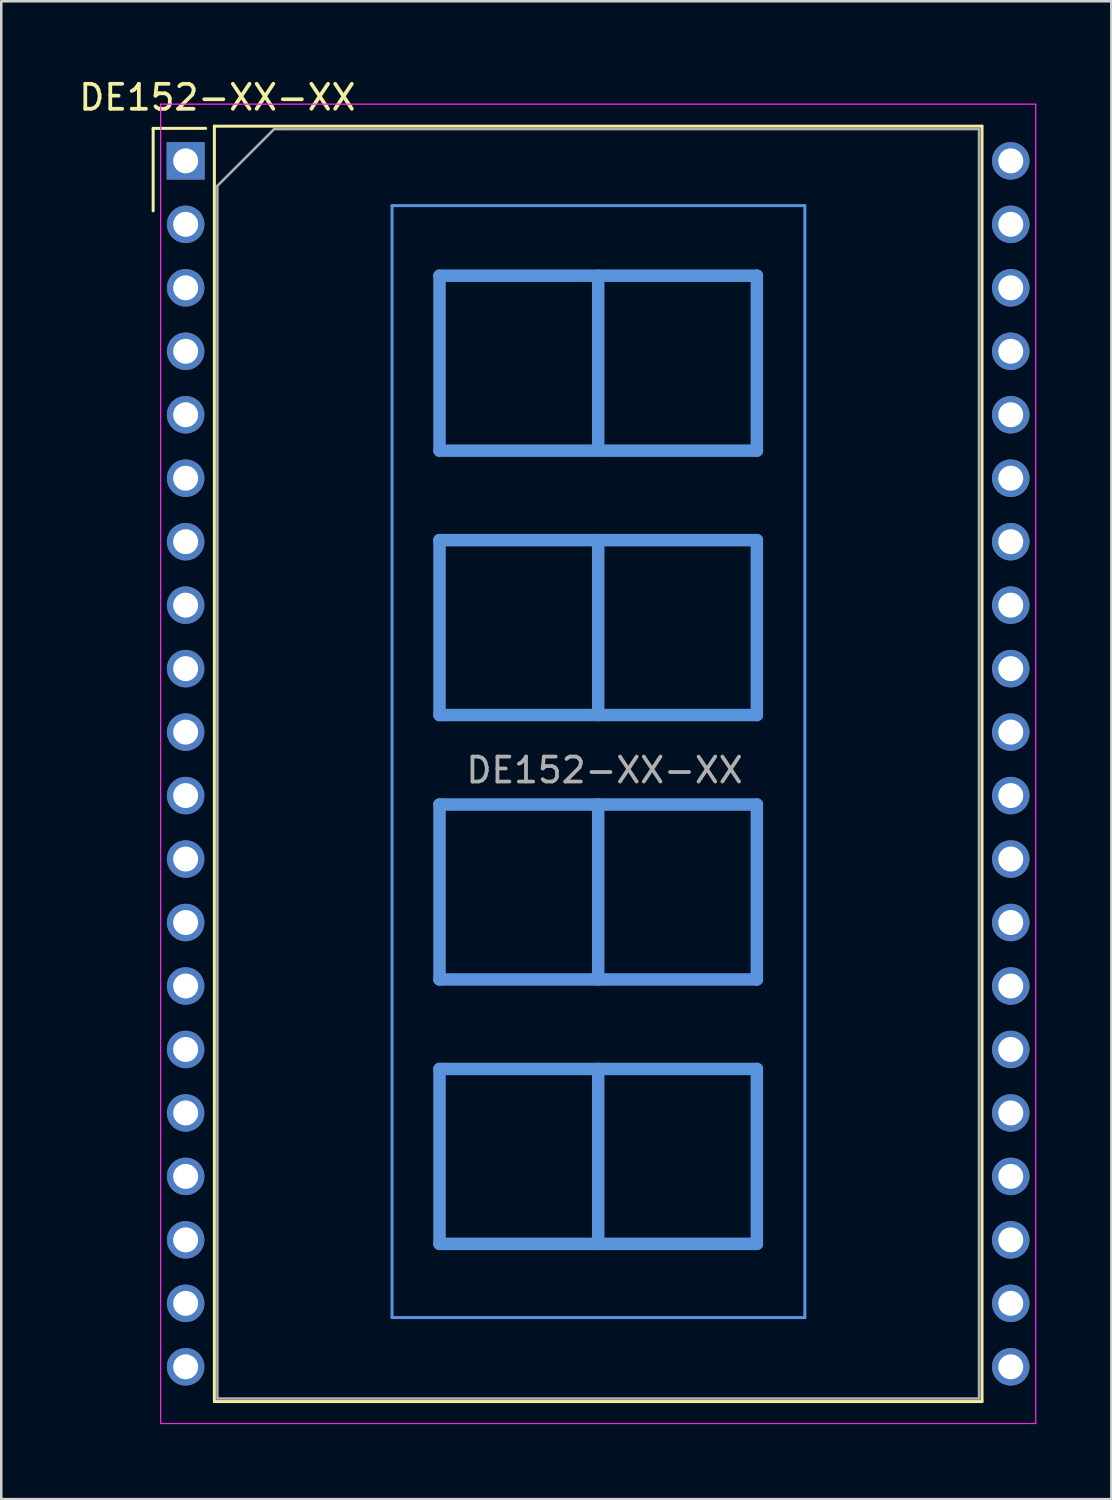
<source format=kicad_pcb>
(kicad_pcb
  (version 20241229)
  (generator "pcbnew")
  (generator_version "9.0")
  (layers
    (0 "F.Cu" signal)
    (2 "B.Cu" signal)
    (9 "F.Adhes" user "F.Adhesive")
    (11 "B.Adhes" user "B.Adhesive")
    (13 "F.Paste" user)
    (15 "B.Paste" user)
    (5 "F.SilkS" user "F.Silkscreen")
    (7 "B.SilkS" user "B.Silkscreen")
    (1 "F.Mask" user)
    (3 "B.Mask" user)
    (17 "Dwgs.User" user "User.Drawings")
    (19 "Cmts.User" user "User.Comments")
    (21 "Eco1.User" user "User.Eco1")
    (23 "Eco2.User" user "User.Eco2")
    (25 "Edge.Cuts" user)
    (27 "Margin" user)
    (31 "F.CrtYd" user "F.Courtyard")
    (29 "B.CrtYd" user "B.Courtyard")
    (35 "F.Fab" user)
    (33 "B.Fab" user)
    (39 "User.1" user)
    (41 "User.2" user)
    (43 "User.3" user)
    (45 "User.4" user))
  (footprint "DE152-XX-XX"
    (layer "F.Cu")
    (at 4.379 3.388)
    (property "Reference" "DE152-XX-XX" (at 1.27 -2.54 0) (layer "F.SilkS") (effects (font (size 1 1) (thickness 0.15))))
    (attr through_hole)
    (fp_line (start -1.3 -1.3) (end -1.3 2) (stroke (width 0.12) (type solid)) (layer "F.SilkS"))
    (fp_line (start -1.3 -1.3) (end 0.8 -1.3) (stroke (width 0.12) (type solid)) (layer "F.SilkS"))
    (fp_line (start 1.15 -1.39) (end 1.15 49.65) (stroke (width 0.12) (type solid)) (layer "F.SilkS"))
    (fp_line (start 1.15 49.65) (end 31.87 49.65) (stroke (width 0.12) (type solid)) (layer "F.SilkS"))
    (fp_line (start 31.87 -1.39) (end 1.15 -1.39) (stroke (width 0.12) (type solid)) (layer "F.SilkS"))
    (fp_line (start 31.87 49.65) (end 31.87 -1.39) (stroke (width 0.12) (type solid)) (layer "F.SilkS"))
    (fp_line (start 8.26 1.79) (end 8.26 46.29) (stroke (width 0.12) (type solid)) (layer "Cmts.User"))
    (fp_line (start 8.26 1.79) (end 24.78 1.79) (stroke (width 0.12) (type solid)) (layer "Cmts.User"))
    (fp_line (start 8.26 46.29) (end 24.78 46.29) (stroke (width 0.12) (type solid)) (layer "Cmts.User"))
    (fp_line (start 10.16 4.595) (end 22.86 4.595) (stroke (width 0.5) (type solid)) (layer "Cmts.User"))
    (fp_line (start 10.16 11.595) (end 10.16 4.595) (stroke (width 0.5) (type solid)) (layer "Cmts.User"))
    (fp_line (start 10.16 15.177) (end 22.86 15.177) (stroke (width 0.5) (type solid)) (layer "Cmts.User"))
    (fp_line (start 10.16 22.177) (end 10.16 15.177) (stroke (width 0.5) (type solid)) (layer "Cmts.User"))
    (fp_line (start 10.16 25.758) (end 22.86 25.758) (stroke (width 0.5) (type solid)) (layer "Cmts.User"))
    (fp_line (start 10.16 32.758) (end 10.16 25.758) (stroke (width 0.5) (type solid)) (layer "Cmts.User"))
    (fp_line (start 10.16 36.34) (end 22.86 36.34) (stroke (width 0.5) (type solid)) (layer "Cmts.User"))
    (fp_line (start 10.16 43.34) (end 10.16 36.34) (stroke (width 0.5) (type solid)) (layer "Cmts.User"))
    (fp_line (start 16.51 4.595) (end 16.51 11.595) (stroke (width 0.5) (type solid)) (layer "Cmts.User"))
    (fp_line (start 16.51 15.177) (end 16.51 22.177) (stroke (width 0.5) (type solid)) (layer "Cmts.User"))
    (fp_line (start 16.51 25.758) (end 16.51 32.758) (stroke (width 0.5) (type solid)) (layer "Cmts.User"))
    (fp_line (start 16.51 36.34) (end 16.51 43.34) (stroke (width 0.5) (type solid)) (layer "Cmts.User"))
    (fp_line (start 22.86 4.595) (end 22.86 11.595) (stroke (width 0.5) (type solid)) (layer "Cmts.User"))
    (fp_line (start 22.86 11.595) (end 10.16 11.595) (stroke (width 0.5) (type solid)) (layer "Cmts.User"))
    (fp_line (start 22.86 15.177) (end 22.86 22.177) (stroke (width 0.5) (type solid)) (layer "Cmts.User"))
    (fp_line (start 22.86 22.177) (end 10.16 22.177) (stroke (width 0.5) (type solid)) (layer "Cmts.User"))
    (fp_line (start 22.86 25.758) (end 22.86 32.758) (stroke (width 0.5) (type solid)) (layer "Cmts.User"))
    (fp_line (start 22.86 32.758) (end 10.16 32.758) (stroke (width 0.5) (type solid)) (layer "Cmts.User"))
    (fp_line (start 22.86 36.34) (end 22.86 43.34) (stroke (width 0.5) (type solid)) (layer "Cmts.User"))
    (fp_line (start 22.86 43.34) (end 10.16 43.34) (stroke (width 0.5) (type solid)) (layer "Cmts.User"))
    (fp_line (start 24.78 46.29) (end 24.78 1.79) (stroke (width 0.12) (type solid)) (layer "Cmts.User"))
    (fp_line (start -1 -2.27) (end 34.02 -2.27) (stroke (width 0.05) (type solid)) (layer "F.CrtYd"))
    (fp_line (start -1 50.53) (end -1 -2.27) (stroke (width 0.05) (type solid)) (layer "F.CrtYd"))
    (fp_line (start 34.02 -2.27) (end 34.02 50.53) (stroke (width 0.05) (type solid)) (layer "F.CrtYd"))
    (fp_line (start 34.02 50.53) (end -1 50.53) (stroke (width 0.05) (type solid)) (layer "F.CrtYd"))
    (fp_line (start 1.27 1) (end 3.54 -1.27) (stroke (width 0.1) (type solid)) (layer "F.Fab"))
    (fp_line (start 1.27 49.53) (end 1.27 1) (stroke (width 0.1) (type solid)) (layer "F.Fab"))
    (fp_line (start 3.54 -1.27) (end 31.75 -1.27) (stroke (width 0.1) (type solid)) (layer "F.Fab"))
    (fp_line (start 31.75 -1.27) (end 31.75 49.53) (stroke (width 0.1) (type solid)) (layer "F.Fab"))
    (fp_line (start 31.75 49.53) (end 1.27 49.53) (stroke (width 0.1) (type solid)) (layer "F.Fab"))
    (fp_text user "${REFERENCE}" (at 16.764 24.384 0) (layer "F.Fab") (effects (font (size 1 1) (thickness 0.15))))
    (pad "1" thru_hole rect (at 0 0 270) (size 1.5 1.524) (drill 1) (layers "*.Cu" "*.Mask"))
    (pad "2" thru_hole circle (at 0 2.54 270) (size 1.5 1.5) (drill 1) (layers "*.Cu" "*.Mask"))
    (pad "3" thru_hole circle (at 0 5.08 270) (size 1.5 1.5) (drill 1) (layers "*.Cu" "*.Mask"))
    (pad "4" thru_hole circle (at 0 7.62 270) (size 1.5 1.5) (drill 1) (layers "*.Cu" "*.Mask"))
    (pad "5" thru_hole circle (at 0 10.16 270) (size 1.5 1.5) (drill 1) (layers "*.Cu" "*.Mask"))
    (pad "6" thru_hole circle (at 0 12.7 270) (size 1.5 1.5) (drill 1) (layers "*.Cu" "*.Mask"))
    (pad "7" thru_hole circle (at 0 15.24 270) (size 1.5 1.5) (drill 1) (layers "*.Cu" "*.Mask"))
    (pad "8" thru_hole circle (at 0 17.78 270) (size 1.5 1.5) (drill 1) (layers "*.Cu" "*.Mask"))
    (pad "9" thru_hole circle (at 0 20.32 270) (size 1.5 1.5) (drill 1) (layers "*.Cu" "*.Mask"))
    (pad "10" thru_hole circle (at 0 22.86 270) (size 1.5 1.5) (drill 1) (layers "*.Cu" "*.Mask"))
    (pad "11" thru_hole circle (at 0 25.4 270) (size 1.5 1.5) (drill 1) (layers "*.Cu" "*.Mask"))
    (pad "12" thru_hole circle (at 0 27.94 270) (size 1.5 1.5) (drill 1) (layers "*.Cu" "*.Mask"))
    (pad "13" thru_hole circle (at 0 30.48 270) (size 1.5 1.5) (drill 1) (layers "*.Cu" "*.Mask"))
    (pad "14" thru_hole circle (at 0 33.02 270) (size 1.5 1.5) (drill 1) (layers "*.Cu" "*.Mask"))
    (pad "15" thru_hole circle (at 0 35.56 270) (size 1.5 1.5) (drill 1) (layers "*.Cu" "*.Mask"))
    (pad "16" thru_hole circle (at 0 38.1 270) (size 1.5 1.5) (drill 1) (layers "*.Cu" "*.Mask"))
    (pad "17" thru_hole circle (at 0 40.64 270) (size 1.5 1.5) (drill 1) (layers "*.Cu" "*.Mask"))
    (pad "18" thru_hole circle (at 0 43.18 270) (size 1.5 1.5) (drill 1) (layers "*.Cu" "*.Mask"))
    (pad "19" thru_hole circle (at 0 45.72 270) (size 1.5 1.5) (drill 1) (layers "*.Cu" "*.Mask"))
    (pad "20" thru_hole circle (at 0 48.26 270) (size 1.5 1.5) (drill 1) (layers "*.Cu" "*.Mask"))
    (pad "21" thru_hole circle (at 33.02 48.26 90) (size 1.5 1.5) (drill 1) (layers "*.Cu" "*.Mask"))
    (pad "22" thru_hole circle (at 33.02 45.72 90) (size 1.5 1.5) (drill 1) (layers "*.Cu" "*.Mask"))
    (pad "23" thru_hole circle (at 33.02 43.18 90) (size 1.5 1.5) (drill 1) (layers "*.Cu" "*.Mask"))
    (pad "24" thru_hole circle (at 33.02 40.64 90) (size 1.5 1.5) (drill 1) (layers "*.Cu" "*.Mask"))
    (pad "25" thru_hole circle (at 33.02 38.1 90) (size 1.5 1.5) (drill 1) (layers "*.Cu" "*.Mask"))
    (pad "26" thru_hole circle (at 33.02 35.56 270) (size 1.5 1.5) (drill 1) (layers "*.Cu" "*.Mask"))
    (pad "27" thru_hole circle (at 33.02 33.02 270) (size 1.5 1.5) (drill 1) (layers "*.Cu" "*.Mask"))
    (pad "28" thru_hole circle (at 33.02 30.48 270) (size 1.5 1.5) (drill 1) (layers "*.Cu" "*.Mask"))
    (pad "29" thru_hole circle (at 33.02 27.94 270) (size 1.5 1.5) (drill 1) (layers "*.Cu" "*.Mask"))
    (pad "30" thru_hole circle (at 33.02 25.4 270) (size 1.5 1.5) (drill 1) (layers "*.Cu" "*.Mask"))
    (pad "31" thru_hole circle (at 33.02 22.86 270) (size 1.5 1.5) (drill 1) (layers "*.Cu" "*.Mask"))
    (pad "32" thru_hole circle (at 33.02 20.32 270) (size 1.5 1.5) (drill 1) (layers "*.Cu" "*.Mask"))
    (pad "33" thru_hole circle (at 33.02 17.78 270) (size 1.5 1.5) (drill 1) (layers "*.Cu" "*.Mask"))
    (pad "34" thru_hole circle (at 33.02 15.24 270) (size 1.5 1.5) (drill 1) (layers "*.Cu" "*.Mask"))
    (pad "35" thru_hole circle (at 33.02 12.7 270) (size 1.5 1.5) (drill 1) (layers "*.Cu" "*.Mask"))
    (pad "36" thru_hole circle (at 33.02 10.16 270) (size 1.5 1.5) (drill 1) (layers "*.Cu" "*.Mask"))
    (pad "37" thru_hole circle (at 33.02 7.62 270) (size 1.5 1.5) (drill 1) (layers "*.Cu" "*.Mask"))
    (pad "38" thru_hole circle (at 33.02 5.08 270) (size 1.5 1.5) (drill 1) (layers "*.Cu" "*.Mask"))
    (pad "39" thru_hole circle (at 33.02 2.54 270) (size 1.5 1.5) (drill 1) (layers "*.Cu" "*.Mask"))
    (pad "40" thru_hole circle (at 33.02 0 270) (size 1.5 1.5) (drill 1) (layers "*.Cu" "*.Mask")))
  (gr_rect
    (start -3 -3)
    (end 41.424 56.943)
    (stroke (width 0.1) (type default))
    (fill no)
    (layer "Edge.Cuts")))
</source>
